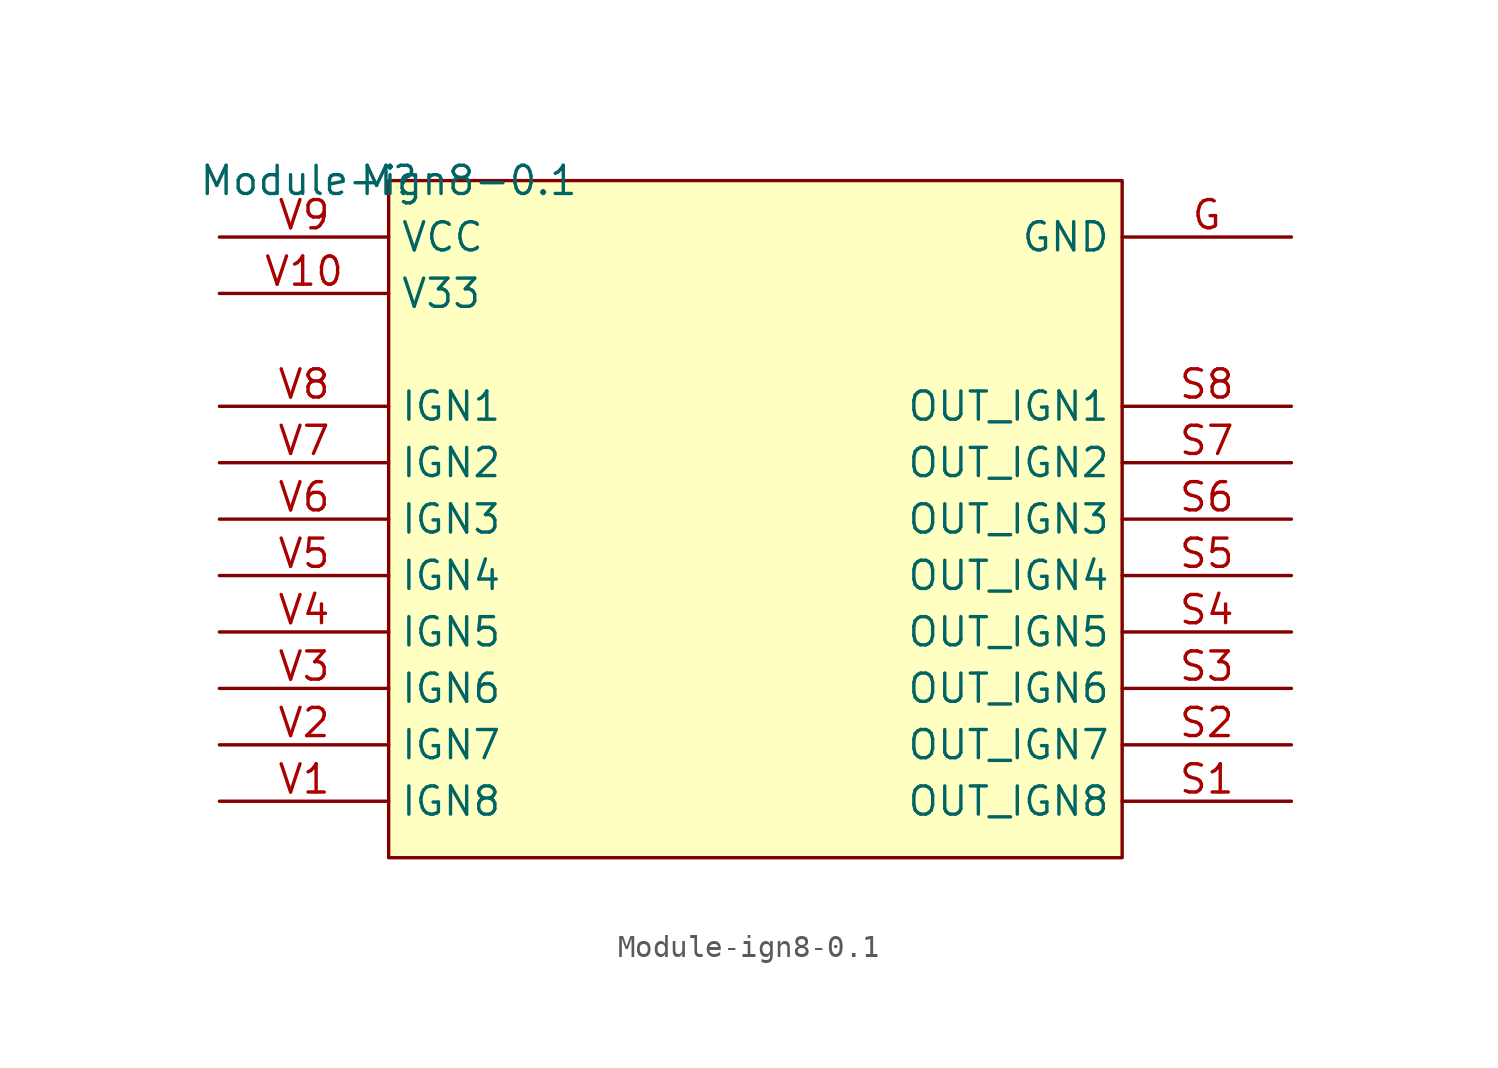
<source format=kicad_sym>
(kicad_symbol_lib
  (version 20201005)
  (generator kicad_symbol_editor)
  (symbol "ign8:Module-ign8-0.1"
    (property "Reference" "M"
      (at 0 0 0)
      (effects (font (size 1.27 1.27))))
    (property "Value" "Module-ign8-0.1"
      (at 0 0 0)
      (effects (font (size 1.27 1.27))))
    (symbol "Module-ign8-0.1_1_0"
      (rectangle (start 33.02 0) (end 0 -30.48) (stroke (width 0)) (fill (type background)))
      (pin passive line (at 40.64 -2.54 180) (length 7.62) (name "GND" (effects (font (size 1.27 1.27)))) (number "G" (effects (font (size 1.27 1.27)))))
      (pin passive line (at 40.64 -27.94 180) (length 7.62) (name "OUT_IGN8" (effects (font (size 1.27 1.27)))) (number "S1" (effects (font (size 1.27 1.27)))))
      (pin passive line (at 40.64 -25.4 180) (length 7.62) (name "OUT_IGN7" (effects (font (size 1.27 1.27)))) (number "S2" (effects (font (size 1.27 1.27)))))
      (pin passive line (at 40.64 -22.86 180) (length 7.62) (name "OUT_IGN6" (effects (font (size 1.27 1.27)))) (number "S3" (effects (font (size 1.27 1.27)))))
      (pin passive line (at 40.64 -20.32 180) (length 7.62) (name "OUT_IGN5" (effects (font (size 1.27 1.27)))) (number "S4" (effects (font (size 1.27 1.27)))))
      (pin passive line (at 40.64 -17.78 180) (length 7.62) (name "OUT_IGN4" (effects (font (size 1.27 1.27)))) (number "S5" (effects (font (size 1.27 1.27)))))
      (pin passive line (at 40.64 -15.24 180) (length 7.62) (name "OUT_IGN3" (effects (font (size 1.27 1.27)))) (number "S6" (effects (font (size 1.27 1.27)))))
      (pin passive line (at 40.64 -12.7 180) (length 7.62) (name "OUT_IGN2" (effects (font (size 1.27 1.27)))) (number "S7" (effects (font (size 1.27 1.27)))))
      (pin passive line (at 40.64 -10.16 180) (length 7.62) (name "OUT_IGN1" (effects (font (size 1.27 1.27)))) (number "S8" (effects (font (size 1.27 1.27)))))
      (pin passive line (at -7.62 -27.94 0) (length 7.62) (name "IGN8" (effects (font (size 1.27 1.27)))) (number "V1" (effects (font (size 1.27 1.27)))))
      (pin passive line (at -7.62 -5.08 0) (length 7.62) (name "V33" (effects (font (size 1.27 1.27)))) (number "V10" (effects (font (size 1.27 1.27)))))
      (pin passive line (at -7.62 -25.4 0) (length 7.62) (name "IGN7" (effects (font (size 1.27 1.27)))) (number "V2" (effects (font (size 1.27 1.27)))))
      (pin passive line (at -7.62 -22.86 0) (length 7.62) (name "IGN6" (effects (font (size 1.27 1.27)))) (number "V3" (effects (font (size 1.27 1.27)))))
      (pin passive line (at -7.62 -20.32 0) (length 7.62) (name "IGN5" (effects (font (size 1.27 1.27)))) (number "V4" (effects (font (size 1.27 1.27)))))
      (pin passive line (at -7.62 -17.78 0) (length 7.62) (name "IGN4" (effects (font (size 1.27 1.27)))) (number "V5" (effects (font (size 1.27 1.27)))))
      (pin passive line (at -7.62 -15.24 0) (length 7.62) (name "IGN3" (effects (font (size 1.27 1.27)))) (number "V6" (effects (font (size 1.27 1.27)))))
      (pin passive line (at -7.62 -12.7 0) (length 7.62) (name "IGN2" (effects (font (size 1.27 1.27)))) (number "V7" (effects (font (size 1.27 1.27)))))
      (pin passive line (at -7.62 -10.16 0) (length 7.62) (name "IGN1" (effects (font (size 1.27 1.27)))) (number "V8" (effects (font (size 1.27 1.27)))))
      (pin passive line (at -7.62 -2.54 0) (length 7.62) (name "VCC" (effects (font (size 1.27 1.27)))) (number "V9" (effects (font (size 1.27 1.27))))))))
</source>
